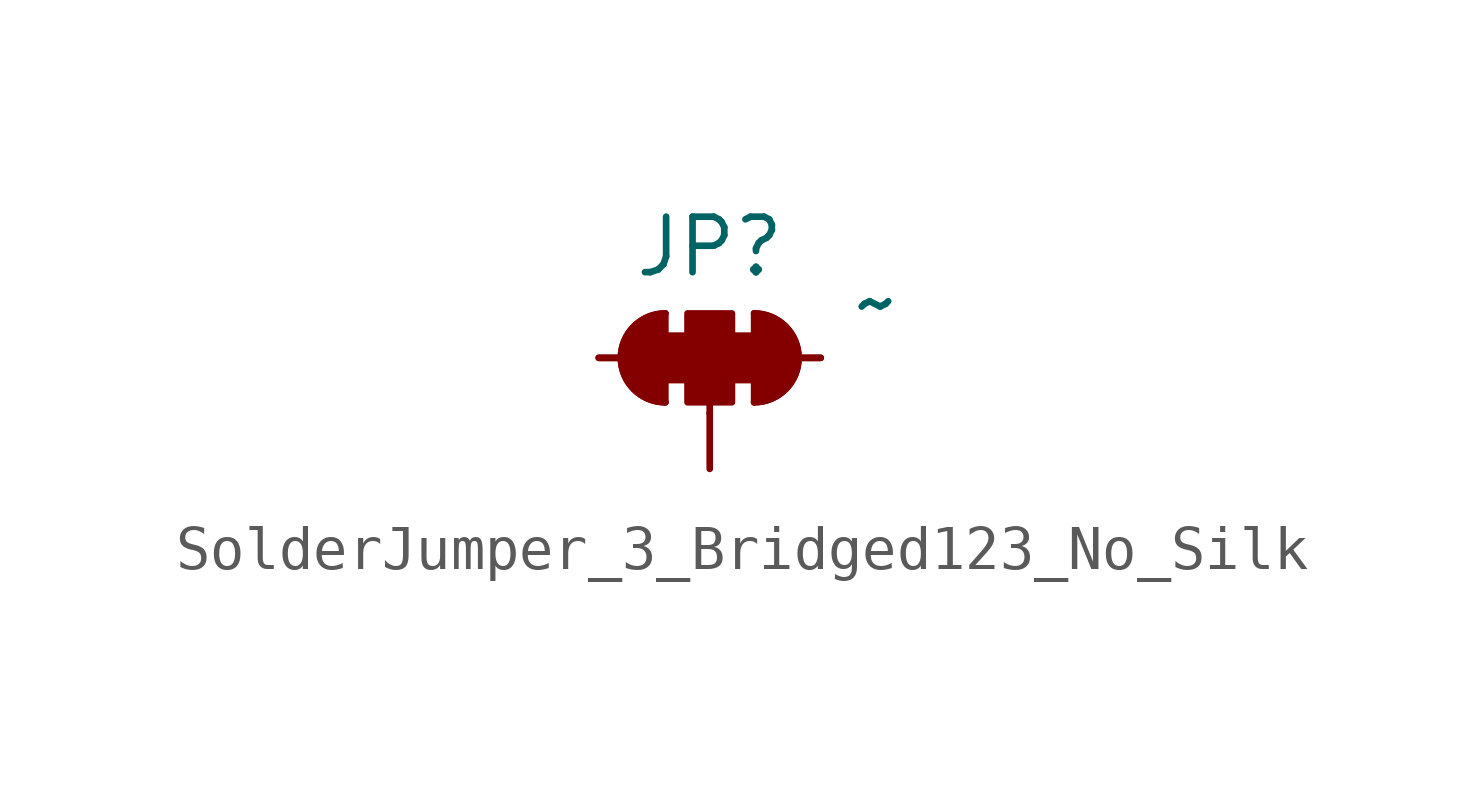
<source format=kicad_sym>
(kicad_symbol_lib
  (version 20231120)
  (generator "kicad_symbol_editor")
  (generator_version "8.0")
  (symbol "SolderJumper_3_Bridged123_No_Silk"
    (pin_numbers hide)
    (pin_names
      (offset 0) hide)
    (property "Reference" "JP"
      (at 0 2.54 0)
      (effects (font (size 1.27 1.27))))
    (property "Value" "~"
      (at 3.81 1.27 0)
      (effects (font (size 1.27 1.27))))
    (symbol "SolderJumper_3_Bridged123_No_Silk_0_1"
      (rectangle (start -1.016 0.508) (end -0.508 -0.508) (stroke (width 0) (type default)) (fill (type outline)))
      (arc (start -1.016 1.016) (mid -2.0276 0) (end -1.016 -1.016) (stroke (width 0) (type default)) (fill (type none)))
      (arc (start -1.016 1.016) (mid -2.0276 0) (end -1.016 -1.016) (stroke (width 0) (type default)) (fill (type outline)))
      (rectangle (start -0.508 1.016) (end 0.508 -1.016) (stroke (width 0) (type default)) (fill (type outline)))
      (polyline (pts (xy -2.54 0) (xy -2.032 0)) (stroke (width 0) (type default)) (fill (type none)))
      (polyline (pts (xy -1.016 1.016) (xy -1.016 -1.016)) (stroke (width 0) (type default)) (fill (type none)))
      (polyline (pts (xy 0 -1.27) (xy 0 -1.016)) (stroke (width 0) (type default)) (fill (type none)))
      (polyline (pts (xy 1.016 1.016) (xy 1.016 -1.016)) (stroke (width 0) (type default)) (fill (type none)))
      (polyline (pts (xy 2.54 0) (xy 2.032 0)) (stroke (width 0) (type default)) (fill (type none)))
      (rectangle (start 0.508 0.508) (end 1.016 -0.508) (stroke (width 0) (type default)) (fill (type outline)))
      (arc (start 1.016 -1.016) (mid 2.0276 0) (end 1.016 1.016) (stroke (width 0) (type default)) (fill (type none)))
      (arc (start 1.016 -1.016) (mid 2.0276 0) (end 1.016 1.016) (stroke (width 0) (type default)) (fill (type outline))))
    (symbol "SolderJumper_3_Bridged123_No_Silk_1_1"
      (pin passive line (at -2.54 0 0) (length 1.27) (name "A" (effects (font (size 1.27 1.27)))) (number "1" (effects (font (size 1.27 1.27)))))
      (pin passive line (at 0 -2.54 90) (length 1.27) (name "B" (effects (font (size 1.27 1.27)))) (number "2" (effects (font (size 1.27 1.27)))))
      (pin passive line (at 2.54 0 180) (length 1.27) (name "C" (effects (font (size 1.27 1.27)))) (number "3" (effects (font (size 1.27 1.27))))))))
</source>
